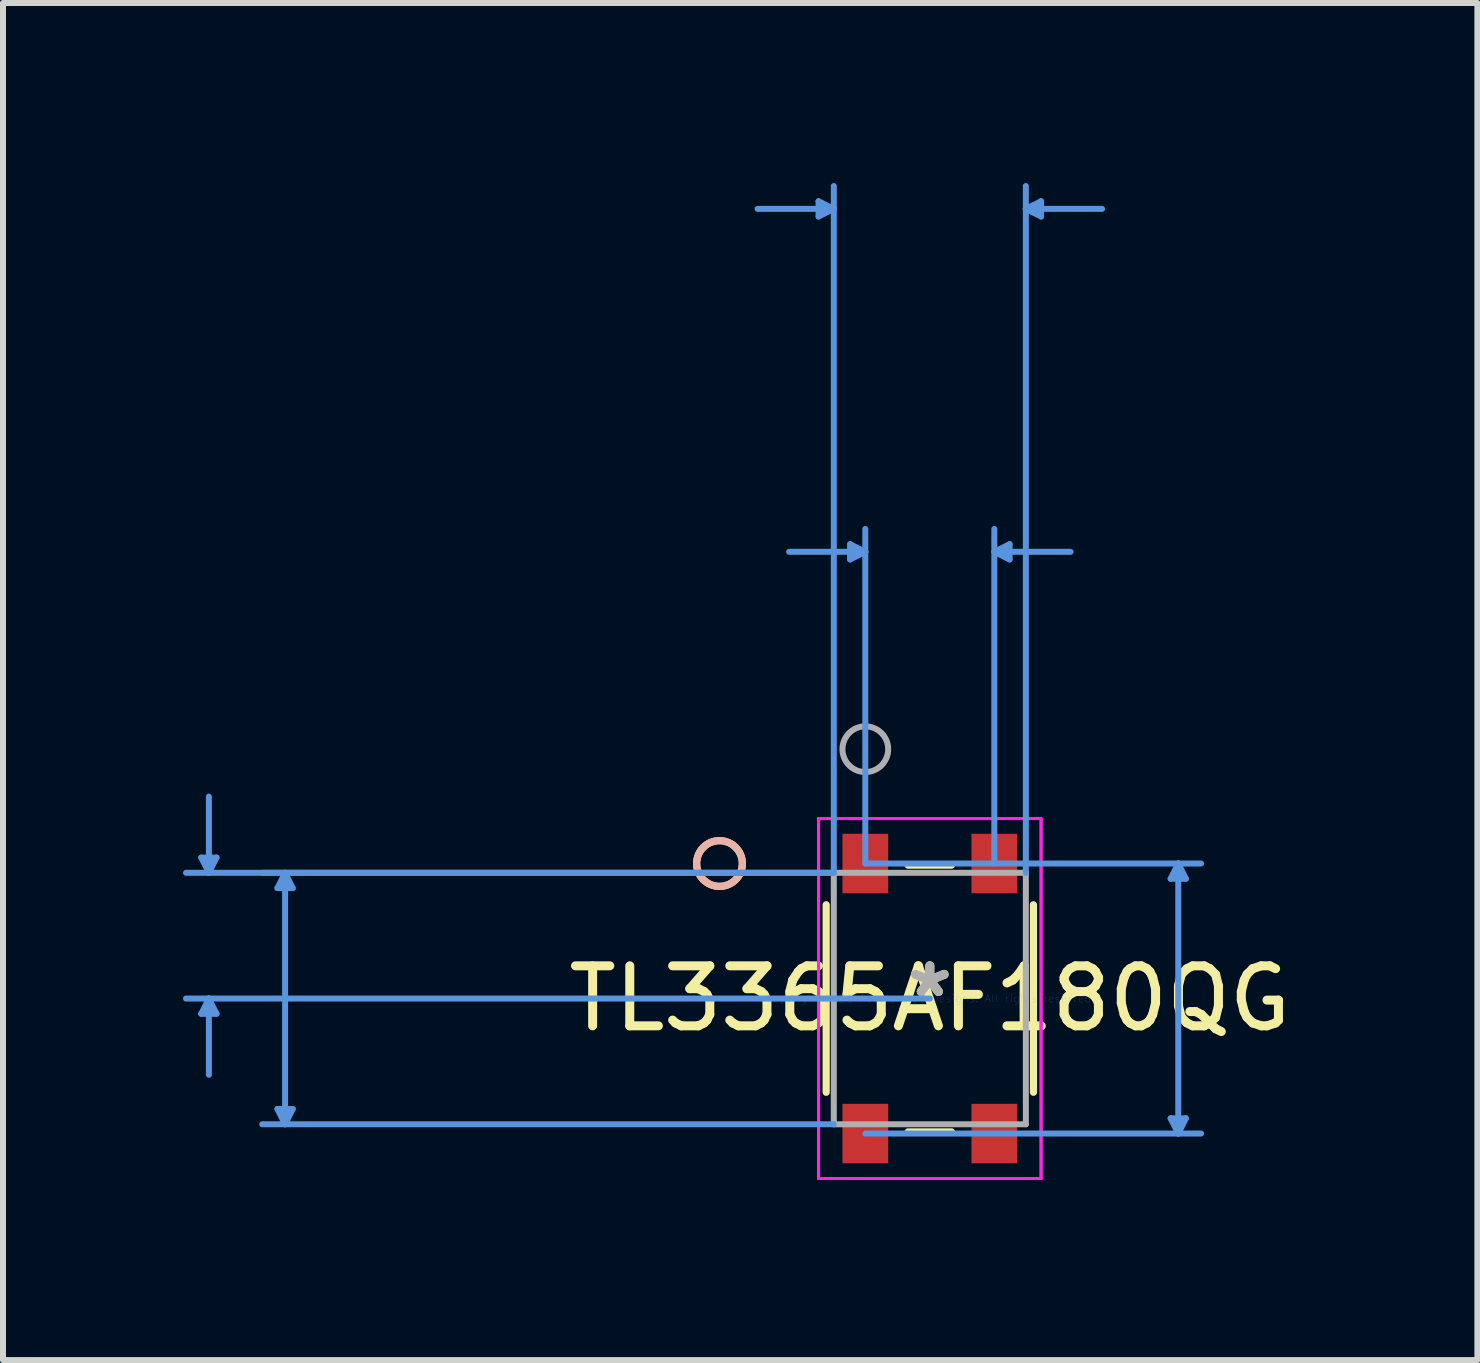
<source format=kicad_pcb>
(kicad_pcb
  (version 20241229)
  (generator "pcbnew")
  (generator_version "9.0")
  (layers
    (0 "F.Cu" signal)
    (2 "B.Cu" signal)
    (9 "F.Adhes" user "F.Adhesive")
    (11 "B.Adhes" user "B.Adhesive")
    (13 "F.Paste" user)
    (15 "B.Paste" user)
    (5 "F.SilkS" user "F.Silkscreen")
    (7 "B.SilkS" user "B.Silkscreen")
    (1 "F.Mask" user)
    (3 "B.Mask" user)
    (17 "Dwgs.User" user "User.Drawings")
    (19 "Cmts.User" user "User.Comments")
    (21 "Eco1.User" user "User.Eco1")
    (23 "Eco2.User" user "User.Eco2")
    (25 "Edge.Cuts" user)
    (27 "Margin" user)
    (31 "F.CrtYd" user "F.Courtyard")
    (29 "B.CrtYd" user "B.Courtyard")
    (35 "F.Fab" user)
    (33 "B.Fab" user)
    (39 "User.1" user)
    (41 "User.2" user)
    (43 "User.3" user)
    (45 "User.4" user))
  (footprint "TL3365AF180QG"
    (layer "F.Cu")
    (at 12.445 13.59)
    (property "Reference" "TL3365AF180QG" (at 0 0 0) (layer "F.SilkS") (effects (font (size 1 1) (thickness 0.15))))
    (attr through_hole)
    (fp_line (start -1.727 -1.562) (end -1.727 1.562) (stroke (width 0.12) (type solid)) (layer "F.SilkS"))
    (fp_line (start -0.361 2.223) (end 0.361 2.223) (stroke (width 0.12) (type solid)) (layer "F.SilkS"))
    (fp_line (start 0.361 -2.223) (end -0.361 -2.223) (stroke (width 0.12) (type solid)) (layer "F.SilkS"))
    (fp_line (start 1.727 1.562) (end 1.727 -1.562) (stroke (width 0.12) (type solid)) (layer "F.SilkS"))
    (fp_circle (center -3.505 -2.25) (end -3.124 -2.25) (stroke (width 0.12) (type solid)) (fill no) (layer "F.SilkS"))
    (fp_circle (center -3.505 -2.25) (end -3.124 -2.25) (stroke (width 0.12) (type solid)) (fill no) (layer "B.SilkS"))
    (fp_line (start -12.141 -2.349) (end -11.887 -2.349) (stroke (width 0.1) (type solid)) (layer "Cmts.User"))
    (fp_line (start -12.141 0.254) (end -11.887 0.254) (stroke (width 0.1) (type solid)) (layer "Cmts.User"))
    (fp_line (start -12.014 -2.095) (end -12.141 -2.349) (stroke (width 0.1) (type solid)) (layer "Cmts.User"))
    (fp_line (start -12.014 -2.095) (end -12.014 -3.365) (stroke (width 0.1) (type solid)) (layer "Cmts.User"))
    (fp_line (start -12.014 -2.095) (end -11.887 -2.349) (stroke (width 0.1) (type solid)) (layer "Cmts.User"))
    (fp_line (start -12.014 0) (end -12.141 0.254) (stroke (width 0.1) (type solid)) (layer "Cmts.User"))
    (fp_line (start -12.014 0) (end -12.014 1.27) (stroke (width 0.1) (type solid)) (layer "Cmts.User"))
    (fp_line (start -12.014 0) (end -11.887 0.254) (stroke (width 0.1) (type solid)) (layer "Cmts.User"))
    (fp_line (start -10.871 -1.841) (end -10.617 -1.841) (stroke (width 0.1) (type solid)) (layer "Cmts.User"))
    (fp_line (start -10.871 1.841) (end -10.617 1.841) (stroke (width 0.1) (type solid)) (layer "Cmts.User"))
    (fp_line (start -10.744 -2.095) (end -10.871 -1.841) (stroke (width 0.1) (type solid)) (layer "Cmts.User"))
    (fp_line (start -10.744 -2.095) (end -10.744 2.095) (stroke (width 0.1) (type solid)) (layer "Cmts.User"))
    (fp_line (start -10.744 -2.095) (end -10.617 -1.841) (stroke (width 0.1) (type solid)) (layer "Cmts.User"))
    (fp_line (start -10.744 2.095) (end -10.871 1.841) (stroke (width 0.1) (type solid)) (layer "Cmts.User"))
    (fp_line (start -10.744 2.095) (end -10.617 1.841) (stroke (width 0.1) (type solid)) (layer "Cmts.User"))
    (fp_line (start -1.854 -13.286) (end -1.854 -13.032) (stroke (width 0.1) (type solid)) (layer "Cmts.User"))
    (fp_line (start -1.6 -13.159) (end -2.87 -13.159) (stroke (width 0.1) (type solid)) (layer "Cmts.User"))
    (fp_line (start -1.6 -13.159) (end -1.854 -13.286) (stroke (width 0.1) (type solid)) (layer "Cmts.User"))
    (fp_line (start -1.6 -13.159) (end -1.854 -13.032) (stroke (width 0.1) (type solid)) (layer "Cmts.User"))
    (fp_line (start -1.6 -2.095) (end -12.395 -2.095) (stroke (width 0.1) (type solid)) (layer "Cmts.User"))
    (fp_line (start -1.6 -2.095) (end -11.125 -2.095) (stroke (width 0.1) (type solid)) (layer "Cmts.User"))
    (fp_line (start -1.6 -2.095) (end -1.6 -13.54) (stroke (width 0.1) (type solid)) (layer "Cmts.User"))
    (fp_line (start -1.6 2.095) (end -11.125 2.095) (stroke (width 0.1) (type solid)) (layer "Cmts.User"))
    (fp_line (start -1.329 -7.571) (end -1.329 -7.317) (stroke (width 0.1) (type solid)) (layer "Cmts.User"))
    (fp_line (start -1.075 -7.444) (end -2.345 -7.444) (stroke (width 0.1) (type solid)) (layer "Cmts.User"))
    (fp_line (start -1.075 -7.444) (end -1.329 -7.571) (stroke (width 0.1) (type solid)) (layer "Cmts.User"))
    (fp_line (start -1.075 -7.444) (end -1.329 -7.317) (stroke (width 0.1) (type solid)) (layer "Cmts.User"))
    (fp_line (start -1.075 -2.25) (end -1.075 -7.825) (stroke (width 0.1) (type solid)) (layer "Cmts.User"))
    (fp_line (start -1.075 -2.25) (end 4.521 -2.25) (stroke (width 0.1) (type solid)) (layer "Cmts.User"))
    (fp_line (start -1.075 2.25) (end 4.521 2.25) (stroke (width 0.1) (type solid)) (layer "Cmts.User"))
    (fp_line (start 0 0) (end -12.395 0) (stroke (width 0.1) (type solid)) (layer "Cmts.User"))
    (fp_line (start 1.075 -7.444) (end 1.329 -7.571) (stroke (width 0.1) (type solid)) (layer "Cmts.User"))
    (fp_line (start 1.075 -7.444) (end 1.329 -7.317) (stroke (width 0.1) (type solid)) (layer "Cmts.User"))
    (fp_line (start 1.075 -7.444) (end 2.345 -7.444) (stroke (width 0.1) (type solid)) (layer "Cmts.User"))
    (fp_line (start 1.075 -2.25) (end 1.075 -7.825) (stroke (width 0.1) (type solid)) (layer "Cmts.User"))
    (fp_line (start 1.329 -7.571) (end 1.329 -7.317) (stroke (width 0.1) (type solid)) (layer "Cmts.User"))
    (fp_line (start 1.6 -13.159) (end 1.854 -13.286) (stroke (width 0.1) (type solid)) (layer "Cmts.User"))
    (fp_line (start 1.6 -13.159) (end 1.854 -13.032) (stroke (width 0.1) (type solid)) (layer "Cmts.User"))
    (fp_line (start 1.6 -13.159) (end 2.87 -13.159) (stroke (width 0.1) (type solid)) (layer "Cmts.User"))
    (fp_line (start 1.6 -2.095) (end 1.6 -13.54) (stroke (width 0.1) (type solid)) (layer "Cmts.User"))
    (fp_line (start 1.854 -13.286) (end 1.854 -13.032) (stroke (width 0.1) (type solid)) (layer "Cmts.User"))
    (fp_line (start 4.013 -1.996) (end 4.267 -1.996) (stroke (width 0.1) (type solid)) (layer "Cmts.User"))
    (fp_line (start 4.013 1.996) (end 4.267 1.996) (stroke (width 0.1) (type solid)) (layer "Cmts.User"))
    (fp_line (start 4.14 -2.25) (end 4.013 -1.996) (stroke (width 0.1) (type solid)) (layer "Cmts.User"))
    (fp_line (start 4.14 -2.25) (end 4.14 2.25) (stroke (width 0.1) (type solid)) (layer "Cmts.User"))
    (fp_line (start 4.14 -2.25) (end 4.267 -1.996) (stroke (width 0.1) (type solid)) (layer "Cmts.User"))
    (fp_line (start 4.14 2.25) (end 4.013 1.996) (stroke (width 0.1) (type solid)) (layer "Cmts.User"))
    (fp_line (start 4.14 2.25) (end 4.267 1.996) (stroke (width 0.1) (type solid)) (layer "Cmts.User"))
    (fp_line (start -1.854 -2.999) (end -1.854 2.999) (stroke (width 0.05) (type solid)) (layer "F.CrtYd"))
    (fp_line (start -1.854 -2.999) (end -1.854 2.999) (stroke (width 0.05) (type solid)) (layer "F.CrtYd"))
    (fp_line (start -1.854 2.999) (end 1.854 2.999) (stroke (width 0.05) (type solid)) (layer "F.CrtYd"))
    (fp_line (start -1.854 2.999) (end 1.854 2.999) (stroke (width 0.05) (type solid)) (layer "F.CrtYd"))
    (fp_line (start 1.854 -2.999) (end -1.854 -2.999) (stroke (width 0.05) (type solid)) (layer "F.CrtYd"))
    (fp_line (start 1.854 -2.999) (end -1.854 -2.999) (stroke (width 0.05) (type solid)) (layer "F.CrtYd"))
    (fp_line (start 1.854 2.999) (end 1.854 -2.999) (stroke (width 0.05) (type solid)) (layer "F.CrtYd"))
    (fp_line (start 1.854 2.999) (end 1.854 -2.999) (stroke (width 0.05) (type solid)) (layer "F.CrtYd"))
    (fp_line (start -1.6 -2.095) (end -1.6 2.095) (stroke (width 0.1) (type solid)) (layer "F.Fab"))
    (fp_line (start -1.6 2.095) (end 1.6 2.095) (stroke (width 0.1) (type solid)) (layer "F.Fab"))
    (fp_line (start 1.6 -2.095) (end -1.6 -2.095) (stroke (width 0.1) (type solid)) (layer "F.Fab"))
    (fp_line (start 1.6 2.095) (end 1.6 -2.095) (stroke (width 0.1) (type solid)) (layer "F.Fab"))
    (fp_circle (center -1.075 -4.155) (end -0.694 -4.155) (stroke (width 0.1) (type solid)) (fill no) (layer "F.Fab"))
    (fp_text user "*" (at 0 0 0) (layer "F.SilkS") (effects (font (size 1 1) (thickness 0.15))))
    (fp_text user "Copyright 2021 Accelerated Designs. All rights reserved." (at 0 0 0) (layer "Cmts.User") (effects (font (size 0.127 0.127) (thickness 0.002))))
    (fp_text user "*" (at 0 0 0) (layer "F.Fab") (effects (font (size 1 1) (thickness 0.15))))
    (pad "1" smd rect (at -1.075 -2.25) (size 0.762 0.991) (layers "F.Cu" "F.Mask" "F.Paste"))
    (pad "2" smd rect (at -1.075 2.25) (size 0.762 0.991) (layers "F.Cu" "F.Mask" "F.Paste"))
    (pad "3" smd rect (at 1.075 -2.25) (size 0.762 0.991) (layers "F.Cu" "F.Mask" "F.Paste"))
    (pad "4" smd rect (at 1.075 2.25) (size 0.762 0.991) (layers "F.Cu" "F.Mask" "F.Paste")))
  (gr_rect
    (start -3 -3)
    (end 21.57 19.615)
    (stroke (width 0.1) (type default))
    (fill no)
    (layer "Edge.Cuts")))
</source>
